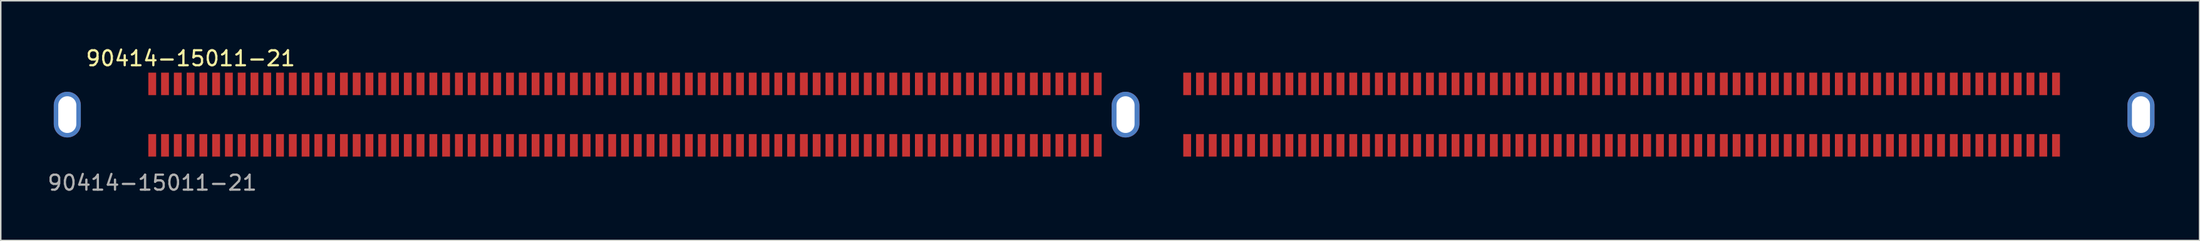
<source format=kicad_pcb>
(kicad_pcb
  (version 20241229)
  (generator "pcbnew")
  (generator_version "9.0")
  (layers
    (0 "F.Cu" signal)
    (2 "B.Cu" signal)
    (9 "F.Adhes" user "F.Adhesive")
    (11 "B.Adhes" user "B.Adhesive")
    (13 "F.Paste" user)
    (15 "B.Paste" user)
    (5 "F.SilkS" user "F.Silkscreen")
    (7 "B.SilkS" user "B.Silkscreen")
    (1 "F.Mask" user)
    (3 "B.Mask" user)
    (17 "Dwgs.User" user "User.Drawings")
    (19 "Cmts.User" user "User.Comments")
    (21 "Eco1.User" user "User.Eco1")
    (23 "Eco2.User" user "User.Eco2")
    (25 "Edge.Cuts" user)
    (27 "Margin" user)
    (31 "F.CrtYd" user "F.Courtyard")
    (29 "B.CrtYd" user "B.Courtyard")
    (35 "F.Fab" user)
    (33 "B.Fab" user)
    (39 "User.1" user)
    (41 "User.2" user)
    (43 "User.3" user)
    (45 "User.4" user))
  (footprint "90414-15011-21"
    (layer "F.Cu")
    (at 7.077 6.648)
    (property "Reference" "90414-15011-21" (at 2.55 -5.8 0) (unlocked yes) (layer "F.SilkS") (effects (font (size 1 1) (thickness 0.15))))
    (attr smd)
    (fp_text user "${REFERENCE}" (at 0 2.5 0) (unlocked yes) (layer "F.Fab") (effects (font (size 1 1) (thickness 0.15))))
    (pad "" np_thru_hole oval (at -5.65 -2.05) (size 1.8 3.05) (drill oval 1.2 2.45) (layers "*.Cu" "*.Mask"))
    (pad "" np_thru_hole oval (at 64.75 -2.05) (size 1.85 3.05) (drill oval 1.2 2.45) (layers "*.Cu" "*.Mask"))
    (pad "" np_thru_hole oval (at 132.3 -2.05) (size 1.8 3.05) (drill oval 1.2 2.45) (layers "*.Cu" "*.Mask"))
    (pad "1" smd rect (at 0 0) (size 0.52 1.5) (layers "F.Cu" "F.Mask" "F.Paste"))
    (pad "2" smd rect (at 0.85 0) (size 0.52 1.5) (layers "F.Cu" "F.Mask" "F.Paste"))
    (pad "3" smd rect (at 1.7 0) (size 0.52 1.5) (layers "F.Cu" "F.Mask" "F.Paste"))
    (pad "4" smd rect (at 2.55 0) (size 0.52 1.5) (layers "F.Cu" "F.Mask" "F.Paste"))
    (pad "5" smd rect (at 3.4 0) (size 0.52 1.5) (layers "F.Cu" "F.Mask" "F.Paste"))
    (pad "6" smd rect (at 4.25 0) (size 0.52 1.5) (layers "F.Cu" "F.Mask" "F.Paste"))
    (pad "7" smd rect (at 5.1 0) (size 0.52 1.5) (layers "F.Cu" "F.Mask" "F.Paste"))
    (pad "8" smd rect (at 5.95 0) (size 0.52 1.5) (layers "F.Cu" "F.Mask" "F.Paste"))
    (pad "9" smd rect (at 6.8 0) (size 0.52 1.5) (layers "F.Cu" "F.Mask" "F.Paste"))
    (pad "10" smd rect (at 7.65 0) (size 0.52 1.5) (layers "F.Cu" "F.Mask" "F.Paste"))
    (pad "11" smd rect (at 8.5 0) (size 0.52 1.5) (layers "F.Cu" "F.Mask" "F.Paste"))
    (pad "12" smd rect (at 9.35 0) (size 0.52 1.5) (layers "F.Cu" "F.Mask" "F.Paste"))
    (pad "13" smd rect (at 10.2 0) (size 0.52 1.5) (layers "F.Cu" "F.Mask" "F.Paste"))
    (pad "14" smd rect (at 11.05 0) (size 0.52 1.5) (layers "F.Cu" "F.Mask" "F.Paste"))
    (pad "15" smd rect (at 11.9 0) (size 0.52 1.5) (layers "F.Cu" "F.Mask" "F.Paste"))
    (pad "16" smd rect (at 12.75 0) (size 0.52 1.5) (layers "F.Cu" "F.Mask" "F.Paste"))
    (pad "17" smd rect (at 13.6 0) (size 0.52 1.5) (layers "F.Cu" "F.Mask" "F.Paste"))
    (pad "18" smd rect (at 14.45 0) (size 0.52 1.5) (layers "F.Cu" "F.Mask" "F.Paste"))
    (pad "19" smd rect (at 15.3 0) (size 0.52 1.5) (layers "F.Cu" "F.Mask" "F.Paste"))
    (pad "20" smd rect (at 16.15 0) (size 0.52 1.5) (layers "F.Cu" "F.Mask" "F.Paste"))
    (pad "21" smd rect (at 17 0) (size 0.52 1.5) (layers "F.Cu" "F.Mask" "F.Paste"))
    (pad "22" smd rect (at 17.85 0) (size 0.52 1.5) (layers "F.Cu" "F.Mask" "F.Paste"))
    (pad "23" smd rect (at 18.7 0) (size 0.52 1.5) (layers "F.Cu" "F.Mask" "F.Paste"))
    (pad "24" smd rect (at 19.55 0) (size 0.52 1.5) (layers "F.Cu" "F.Mask" "F.Paste"))
    (pad "25" smd rect (at 20.4 0) (size 0.52 1.5) (layers "F.Cu" "F.Mask" "F.Paste"))
    (pad "26" smd rect (at 21.25 0) (size 0.52 1.5) (layers "F.Cu" "F.Mask" "F.Paste"))
    (pad "27" smd rect (at 22.1 0) (size 0.52 1.5) (layers "F.Cu" "F.Mask" "F.Paste"))
    (pad "28" smd rect (at 22.95 0) (size 0.52 1.5) (layers "F.Cu" "F.Mask" "F.Paste"))
    (pad "29" smd rect (at 23.8 0) (size 0.52 1.5) (layers "F.Cu" "F.Mask" "F.Paste"))
    (pad "30" smd rect (at 24.65 0) (size 0.52 1.5) (layers "F.Cu" "F.Mask" "F.Paste"))
    (pad "31" smd rect (at 25.5 0) (size 0.52 1.5) (layers "F.Cu" "F.Mask" "F.Paste"))
    (pad "32" smd rect (at 26.35 0) (size 0.52 1.5) (layers "F.Cu" "F.Mask" "F.Paste"))
    (pad "33" smd rect (at 27.2 0) (size 0.52 1.5) (layers "F.Cu" "F.Mask" "F.Paste"))
    (pad "34" smd rect (at 28.05 0) (size 0.52 1.5) (layers "F.Cu" "F.Mask" "F.Paste"))
    (pad "35" smd rect (at 28.9 0) (size 0.52 1.5) (layers "F.Cu" "F.Mask" "F.Paste"))
    (pad "36" smd rect (at 29.75 0) (size 0.52 1.5) (layers "F.Cu" "F.Mask" "F.Paste"))
    (pad "37" smd rect (at 30.6 0) (size 0.52 1.5) (layers "F.Cu" "F.Mask" "F.Paste"))
    (pad "38" smd rect (at 31.45 0) (size 0.52 1.5) (layers "F.Cu" "F.Mask" "F.Paste"))
    (pad "39" smd rect (at 32.3 0) (size 0.52 1.5) (layers "F.Cu" "F.Mask" "F.Paste"))
    (pad "40" smd rect (at 33.15 0) (size 0.52 1.5) (layers "F.Cu" "F.Mask" "F.Paste"))
    (pad "41" smd rect (at 34 0) (size 0.52 1.5) (layers "F.Cu" "F.Mask" "F.Paste"))
    (pad "42" smd rect (at 34.85 0) (size 0.52 1.5) (layers "F.Cu" "F.Mask" "F.Paste"))
    (pad "43" smd rect (at 35.7 0) (size 0.52 1.5) (layers "F.Cu" "F.Mask" "F.Paste"))
    (pad "44" smd rect (at 36.55 0) (size 0.52 1.5) (layers "F.Cu" "F.Mask" "F.Paste"))
    (pad "45" smd rect (at 37.4 0) (size 0.52 1.5) (layers "F.Cu" "F.Mask" "F.Paste"))
    (pad "46" smd rect (at 38.25 0) (size 0.52 1.5) (layers "F.Cu" "F.Mask" "F.Paste"))
    (pad "47" smd rect (at 39.1 0) (size 0.52 1.5) (layers "F.Cu" "F.Mask" "F.Paste"))
    (pad "48" smd rect (at 39.95 0) (size 0.52 1.5) (layers "F.Cu" "F.Mask" "F.Paste"))
    (pad "49" smd rect (at 40.8 0) (size 0.52 1.5) (layers "F.Cu" "F.Mask" "F.Paste"))
    (pad "50" smd rect (at 41.65 0) (size 0.52 1.5) (layers "F.Cu" "F.Mask" "F.Paste"))
    (pad "51" smd rect (at 42.5 0) (size 0.52 1.5) (layers "F.Cu" "F.Mask" "F.Paste"))
    (pad "52" smd rect (at 43.35 0) (size 0.52 1.5) (layers "F.Cu" "F.Mask" "F.Paste"))
    (pad "53" smd rect (at 44.2 0) (size 0.52 1.5) (layers "F.Cu" "F.Mask" "F.Paste"))
    (pad "54" smd rect (at 45.05 0) (size 0.52 1.5) (layers "F.Cu" "F.Mask" "F.Paste"))
    (pad "55" smd rect (at 45.9 0) (size 0.52 1.5) (layers "F.Cu" "F.Mask" "F.Paste"))
    (pad "56" smd rect (at 46.75 0) (size 0.52 1.5) (layers "F.Cu" "F.Mask" "F.Paste"))
    (pad "57" smd rect (at 47.6 0) (size 0.52 1.5) (layers "F.Cu" "F.Mask" "F.Paste"))
    (pad "58" smd rect (at 48.45 0) (size 0.52 1.5) (layers "F.Cu" "F.Mask" "F.Paste"))
    (pad "59" smd rect (at 49.3 0) (size 0.52 1.5) (layers "F.Cu" "F.Mask" "F.Paste"))
    (pad "60" smd rect (at 50.15 0) (size 0.52 1.5) (layers "F.Cu" "F.Mask" "F.Paste"))
    (pad "61" smd rect (at 51 0) (size 0.52 1.5) (layers "F.Cu" "F.Mask" "F.Paste"))
    (pad "62" smd rect (at 51.85 0) (size 0.52 1.5) (layers "F.Cu" "F.Mask" "F.Paste"))
    (pad "63" smd rect (at 52.7 0) (size 0.52 1.5) (layers "F.Cu" "F.Mask" "F.Paste"))
    (pad "64" smd rect (at 53.55 0) (size 0.52 1.5) (layers "F.Cu" "F.Mask" "F.Paste"))
    (pad "65" smd rect (at 54.4 0) (size 0.52 1.5) (layers "F.Cu" "F.Mask" "F.Paste"))
    (pad "66" smd rect (at 55.25 0) (size 0.52 1.5) (layers "F.Cu" "F.Mask" "F.Paste"))
    (pad "67" smd rect (at 56.1 0) (size 0.52 1.5) (layers "F.Cu" "F.Mask" "F.Paste"))
    (pad "68" smd rect (at 56.95 0) (size 0.52 1.5) (layers "F.Cu" "F.Mask" "F.Paste"))
    (pad "69" smd rect (at 57.8 0) (size 0.52 1.5) (layers "F.Cu" "F.Mask" "F.Paste"))
    (pad "70" smd rect (at 58.65 0) (size 0.52 1.5) (layers "F.Cu" "F.Mask" "F.Paste"))
    (pad "71" smd rect (at 59.5 0) (size 0.52 1.5) (layers "F.Cu" "F.Mask" "F.Paste"))
    (pad "72" smd rect (at 60.35 0) (size 0.52 1.5) (layers "F.Cu" "F.Mask" "F.Paste"))
    (pad "73" smd rect (at 61.2 0) (size 0.52 1.5) (layers "F.Cu" "F.Mask" "F.Paste"))
    (pad "74" smd rect (at 62.05 0) (size 0.52 1.5) (layers "F.Cu" "F.Mask" "F.Paste"))
    (pad "75" smd rect (at 62.9 0) (size 0.52 1.5) (layers "F.Cu" "F.Mask" "F.Paste"))
    (pad "76" smd rect (at 68.85 0) (size 0.52 1.5) (layers "F.Cu" "F.Mask" "F.Paste"))
    (pad "77" smd rect (at 69.7 0) (size 0.52 1.5) (layers "F.Cu" "F.Mask" "F.Paste"))
    (pad "78" smd rect (at 70.55 0) (size 0.52 1.5) (layers "F.Cu" "F.Mask" "F.Paste"))
    (pad "79" smd rect (at 71.4 0) (size 0.52 1.5) (layers "F.Cu" "F.Mask" "F.Paste"))
    (pad "80" smd rect (at 72.25 0) (size 0.52 1.5) (layers "F.Cu" "F.Mask" "F.Paste"))
    (pad "81" smd rect (at 73.1 0) (size 0.52 1.5) (layers "F.Cu" "F.Mask" "F.Paste"))
    (pad "82" smd rect (at 73.95 0) (size 0.52 1.5) (layers "F.Cu" "F.Mask" "F.Paste"))
    (pad "83" smd rect (at 74.8 0) (size 0.52 1.5) (layers "F.Cu" "F.Mask" "F.Paste"))
    (pad "84" smd rect (at 75.65 0) (size 0.52 1.5) (layers "F.Cu" "F.Mask" "F.Paste"))
    (pad "85" smd rect (at 76.5 0) (size 0.52 1.5) (layers "F.Cu" "F.Mask" "F.Paste"))
    (pad "86" smd rect (at 77.35 0) (size 0.52 1.5) (layers "F.Cu" "F.Mask" "F.Paste"))
    (pad "87" smd rect (at 78.2 0) (size 0.52 1.5) (layers "F.Cu" "F.Mask" "F.Paste"))
    (pad "88" smd rect (at 79.05 0) (size 0.52 1.5) (layers "F.Cu" "F.Mask" "F.Paste"))
    (pad "89" smd rect (at 79.9 0) (size 0.52 1.5) (layers "F.Cu" "F.Mask" "F.Paste"))
    (pad "90" smd rect (at 80.75 0) (size 0.52 1.5) (layers "F.Cu" "F.Mask" "F.Paste"))
    (pad "91" smd rect (at 81.6 0) (size 0.52 1.5) (layers "F.Cu" "F.Mask" "F.Paste"))
    (pad "92" smd rect (at 82.45 0) (size 0.52 1.5) (layers "F.Cu" "F.Mask" "F.Paste"))
    (pad "93" smd rect (at 83.3 0) (size 0.52 1.5) (layers "F.Cu" "F.Mask" "F.Paste"))
    (pad "94" smd rect (at 84.15 0) (size 0.52 1.5) (layers "F.Cu" "F.Mask" "F.Paste"))
    (pad "95" smd rect (at 85 0) (size 0.52 1.5) (layers "F.Cu" "F.Mask" "F.Paste"))
    (pad "96" smd rect (at 85.85 0) (size 0.52 1.5) (layers "F.Cu" "F.Mask" "F.Paste"))
    (pad "97" smd rect (at 86.7 0) (size 0.52 1.5) (layers "F.Cu" "F.Mask" "F.Paste"))
    (pad "98" smd rect (at 87.55 0) (size 0.52 1.5) (layers "F.Cu" "F.Mask" "F.Paste"))
    (pad "99" smd rect (at 88.4 0) (size 0.52 1.5) (layers "F.Cu" "F.Mask" "F.Paste"))
    (pad "100" smd rect (at 89.25 0) (size 0.52 1.5) (layers "F.Cu" "F.Mask" "F.Paste"))
    (pad "101" smd rect (at 90.1 0) (size 0.52 1.5) (layers "F.Cu" "F.Mask" "F.Paste"))
    (pad "102" smd rect (at 90.95 0) (size 0.52 1.5) (layers "F.Cu" "F.Mask" "F.Paste"))
    (pad "103" smd rect (at 91.8 0) (size 0.52 1.5) (layers "F.Cu" "F.Mask" "F.Paste"))
    (pad "104" smd rect (at 92.65 0) (size 0.52 1.5) (layers "F.Cu" "F.Mask" "F.Paste"))
    (pad "105" smd rect (at 93.5 0) (size 0.52 1.5) (layers "F.Cu" "F.Mask" "F.Paste"))
    (pad "106" smd rect (at 94.35 0) (size 0.52 1.5) (layers "F.Cu" "F.Mask" "F.Paste"))
    (pad "107" smd rect (at 95.2 0) (size 0.52 1.5) (layers "F.Cu" "F.Mask" "F.Paste"))
    (pad "108" smd rect (at 96.05 0) (size 0.52 1.5) (layers "F.Cu" "F.Mask" "F.Paste"))
    (pad "109" smd rect (at 96.9 0) (size 0.52 1.5) (layers "F.Cu" "F.Mask" "F.Paste"))
    (pad "110" smd rect (at 97.75 0) (size 0.52 1.5) (layers "F.Cu" "F.Mask" "F.Paste"))
    (pad "111" smd rect (at 98.6 0) (size 0.52 1.5) (layers "F.Cu" "F.Mask" "F.Paste"))
    (pad "112" smd rect (at 99.45 0) (size 0.52 1.5) (layers "F.Cu" "F.Mask" "F.Paste"))
    (pad "113" smd rect (at 100.3 0) (size 0.52 1.5) (layers "F.Cu" "F.Mask" "F.Paste"))
    (pad "114" smd rect (at 101.15 0) (size 0.52 1.5) (layers "F.Cu" "F.Mask" "F.Paste"))
    (pad "115" smd rect (at 102 0) (size 0.52 1.5) (layers "F.Cu" "F.Mask" "F.Paste"))
    (pad "116" smd rect (at 102.85 0) (size 0.52 1.5) (layers "F.Cu" "F.Mask" "F.Paste"))
    (pad "117" smd rect (at 103.7 0) (size 0.52 1.5) (layers "F.Cu" "F.Mask" "F.Paste"))
    (pad "118" smd rect (at 104.55 0) (size 0.52 1.5) (layers "F.Cu" "F.Mask" "F.Paste"))
    (pad "119" smd rect (at 105.4 0) (size 0.52 1.5) (layers "F.Cu" "F.Mask" "F.Paste"))
    (pad "120" smd rect (at 106.25 0) (size 0.52 1.5) (layers "F.Cu" "F.Mask" "F.Paste"))
    (pad "121" smd rect (at 107.1 0) (size 0.52 1.5) (layers "F.Cu" "F.Mask" "F.Paste"))
    (pad "122" smd rect (at 107.95 0) (size 0.52 1.5) (layers "F.Cu" "F.Mask" "F.Paste"))
    (pad "123" smd rect (at 108.8 0) (size 0.52 1.5) (layers "F.Cu" "F.Mask" "F.Paste"))
    (pad "124" smd rect (at 109.65 0) (size 0.52 1.5) (layers "F.Cu" "F.Mask" "F.Paste"))
    (pad "125" smd rect (at 110.5 0) (size 0.52 1.5) (layers "F.Cu" "F.Mask" "F.Paste"))
    (pad "126" smd rect (at 111.35 0) (size 0.52 1.5) (layers "F.Cu" "F.Mask" "F.Paste"))
    (pad "127" smd rect (at 112.2 0) (size 0.52 1.5) (layers "F.Cu" "F.Mask" "F.Paste"))
    (pad "128" smd rect (at 113.05 0) (size 0.52 1.5) (layers "F.Cu" "F.Mask" "F.Paste"))
    (pad "129" smd rect (at 113.9 0) (size 0.52 1.5) (layers "F.Cu" "F.Mask" "F.Paste"))
    (pad "130" smd rect (at 114.75 0) (size 0.52 1.5) (layers "F.Cu" "F.Mask" "F.Paste"))
    (pad "131" smd rect (at 115.6 0) (size 0.52 1.5) (layers "F.Cu" "F.Mask" "F.Paste"))
    (pad "132" smd rect (at 116.45 0) (size 0.52 1.5) (layers "F.Cu" "F.Mask" "F.Paste"))
    (pad "133" smd rect (at 117.3 0) (size 0.52 1.5) (layers "F.Cu" "F.Mask" "F.Paste"))
    (pad "134" smd rect (at 118.15 0) (size 0.52 1.5) (layers "F.Cu" "F.Mask" "F.Paste"))
    (pad "135" smd rect (at 119 0) (size 0.52 1.5) (layers "F.Cu" "F.Mask" "F.Paste"))
    (pad "136" smd rect (at 119.85 0) (size 0.52 1.5) (layers "F.Cu" "F.Mask" "F.Paste"))
    (pad "137" smd rect (at 120.7 0) (size 0.52 1.5) (layers "F.Cu" "F.Mask" "F.Paste"))
    (pad "138" smd rect (at 121.55 0) (size 0.52 1.5) (layers "F.Cu" "F.Mask" "F.Paste"))
    (pad "139" smd rect (at 122.4 0) (size 0.52 1.5) (layers "F.Cu" "F.Mask" "F.Paste"))
    (pad "140" smd rect (at 123.25 0) (size 0.52 1.5) (layers "F.Cu" "F.Mask" "F.Paste"))
    (pad "141" smd rect (at 124.1 0) (size 0.52 1.5) (layers "F.Cu" "F.Mask" "F.Paste"))
    (pad "142" smd rect (at 124.95 0) (size 0.52 1.5) (layers "F.Cu" "F.Mask" "F.Paste"))
    (pad "143" smd rect (at 125.8 0) (size 0.52 1.5) (layers "F.Cu" "F.Mask" "F.Paste"))
    (pad "144" smd rect (at 126.65 0) (size 0.52 1.5) (layers "F.Cu" "F.Mask" "F.Paste"))
    (pad "145" smd rect (at 0 -4.1) (size 0.52 1.5) (layers "F.Cu" "F.Mask" "F.Paste"))
    (pad "146" smd rect (at 0.85 -4.1) (size 0.52 1.5) (layers "F.Cu" "F.Mask" "F.Paste"))
    (pad "147" smd rect (at 1.7 -4.1) (size 0.52 1.5) (layers "F.Cu" "F.Mask" "F.Paste"))
    (pad "148" smd rect (at 2.55 -4.1) (size 0.52 1.5) (layers "F.Cu" "F.Mask" "F.Paste"))
    (pad "149" smd rect (at 3.4 -4.1) (size 0.52 1.5) (layers "F.Cu" "F.Mask" "F.Paste"))
    (pad "150" smd rect (at 4.25 -4.1) (size 0.52 1.5) (layers "F.Cu" "F.Mask" "F.Paste"))
    (pad "151" smd rect (at 5.1 -4.1) (size 0.52 1.5) (layers "F.Cu" "F.Mask" "F.Paste"))
    (pad "152" smd rect (at 5.95 -4.1) (size 0.52 1.5) (layers "F.Cu" "F.Mask" "F.Paste"))
    (pad "153" smd rect (at 6.8 -4.1) (size 0.52 1.5) (layers "F.Cu" "F.Mask" "F.Paste"))
    (pad "154" smd rect (at 7.65 -4.1) (size 0.52 1.5) (layers "F.Cu" "F.Mask" "F.Paste"))
    (pad "155" smd rect (at 8.5 -4.1) (size 0.52 1.5) (layers "F.Cu" "F.Mask" "F.Paste"))
    (pad "156" smd rect (at 9.35 -4.1) (size 0.52 1.5) (layers "F.Cu" "F.Mask" "F.Paste"))
    (pad "157" smd rect (at 10.2 -4.1) (size 0.52 1.5) (layers "F.Cu" "F.Mask" "F.Paste"))
    (pad "158" smd rect (at 11.05 -4.1) (size 0.52 1.5) (layers "F.Cu" "F.Mask" "F.Paste"))
    (pad "159" smd rect (at 11.9 -4.1) (size 0.52 1.5) (layers "F.Cu" "F.Mask" "F.Paste"))
    (pad "160" smd rect (at 12.75 -4.1) (size 0.52 1.5) (layers "F.Cu" "F.Mask" "F.Paste"))
    (pad "161" smd rect (at 13.6 -4.1) (size 0.52 1.5) (layers "F.Cu" "F.Mask" "F.Paste"))
    (pad "162" smd rect (at 14.45 -4.1) (size 0.52 1.5) (layers "F.Cu" "F.Mask" "F.Paste"))
    (pad "163" smd rect (at 15.3 -4.1) (size 0.52 1.5) (layers "F.Cu" "F.Mask" "F.Paste"))
    (pad "164" smd rect (at 16.15 -4.1) (size 0.52 1.5) (layers "F.Cu" "F.Mask" "F.Paste"))
    (pad "165" smd rect (at 17 -4.1) (size 0.52 1.5) (layers "F.Cu" "F.Mask" "F.Paste"))
    (pad "166" smd rect (at 17.85 -4.1) (size 0.52 1.5) (layers "F.Cu" "F.Mask" "F.Paste"))
    (pad "167" smd rect (at 18.7 -4.1) (size 0.52 1.5) (layers "F.Cu" "F.Mask" "F.Paste"))
    (pad "168" smd rect (at 19.55 -4.1) (size 0.52 1.5) (layers "F.Cu" "F.Mask" "F.Paste"))
    (pad "169" smd rect (at 20.4 -4.1) (size 0.52 1.5) (layers "F.Cu" "F.Mask" "F.Paste"))
    (pad "170" smd rect (at 21.25 -4.1) (size 0.52 1.5) (layers "F.Cu" "F.Mask" "F.Paste"))
    (pad "171" smd rect (at 22.1 -4.1) (size 0.52 1.5) (layers "F.Cu" "F.Mask" "F.Paste"))
    (pad "172" smd rect (at 22.95 -4.1) (size 0.52 1.5) (layers "F.Cu" "F.Mask" "F.Paste"))
    (pad "173" smd rect (at 23.8 -4.1) (size 0.52 1.5) (layers "F.Cu" "F.Mask" "F.Paste"))
    (pad "174" smd rect (at 24.65 -4.1) (size 0.52 1.5) (layers "F.Cu" "F.Mask" "F.Paste"))
    (pad "175" smd rect (at 25.5 -4.1) (size 0.52 1.5) (layers "F.Cu" "F.Mask" "F.Paste"))
    (pad "176" smd rect (at 26.35 -4.1) (size 0.52 1.5) (layers "F.Cu" "F.Mask" "F.Paste"))
    (pad "177" smd rect (at 27.2 -4.1) (size 0.52 1.5) (layers "F.Cu" "F.Mask" "F.Paste"))
    (pad "178" smd rect (at 28.05 -4.1) (size 0.52 1.5) (layers "F.Cu" "F.Mask" "F.Paste"))
    (pad "179" smd rect (at 28.9 -4.1) (size 0.52 1.5) (layers "F.Cu" "F.Mask" "F.Paste"))
    (pad "180" smd rect (at 29.75 -4.1) (size 0.52 1.5) (layers "F.Cu" "F.Mask" "F.Paste"))
    (pad "181" smd rect (at 30.6 -4.1) (size 0.52 1.5) (layers "F.Cu" "F.Mask" "F.Paste"))
    (pad "182" smd rect (at 31.45 -4.1) (size 0.52 1.5) (layers "F.Cu" "F.Mask" "F.Paste"))
    (pad "183" smd rect (at 32.3 -4.1) (size 0.52 1.5) (layers "F.Cu" "F.Mask" "F.Paste"))
    (pad "184" smd rect (at 33.15 -4.1) (size 0.52 1.5) (layers "F.Cu" "F.Mask" "F.Paste"))
    (pad "185" smd rect (at 34 -4.1) (size 0.52 1.5) (layers "F.Cu" "F.Mask" "F.Paste"))
    (pad "186" smd rect (at 34.85 -4.1) (size 0.52 1.5) (layers "F.Cu" "F.Mask" "F.Paste"))
    (pad "187" smd rect (at 35.7 -4.1) (size 0.52 1.5) (layers "F.Cu" "F.Mask" "F.Paste"))
    (pad "188" smd rect (at 36.55 -4.1) (size 0.52 1.5) (layers "F.Cu" "F.Mask" "F.Paste"))
    (pad "189" smd rect (at 37.4 -4.1) (size 0.52 1.5) (layers "F.Cu" "F.Mask" "F.Paste"))
    (pad "190" smd rect (at 38.25 -4.1) (size 0.52 1.5) (layers "F.Cu" "F.Mask" "F.Paste"))
    (pad "191" smd rect (at 39.1 -4.1) (size 0.52 1.5) (layers "F.Cu" "F.Mask" "F.Paste"))
    (pad "192" smd rect (at 39.95 -4.1) (size 0.52 1.5) (layers "F.Cu" "F.Mask" "F.Paste"))
    (pad "193" smd rect (at 40.8 -4.1) (size 0.52 1.5) (layers "F.Cu" "F.Mask" "F.Paste"))
    (pad "194" smd rect (at 41.65 -4.1) (size 0.52 1.5) (layers "F.Cu" "F.Mask" "F.Paste"))
    (pad "195" smd rect (at 42.5 -4.1) (size 0.52 1.5) (layers "F.Cu" "F.Mask" "F.Paste"))
    (pad "196" smd rect (at 43.35 -4.1) (size 0.52 1.5) (layers "F.Cu" "F.Mask" "F.Paste"))
    (pad "197" smd rect (at 44.2 -4.1) (size 0.52 1.5) (layers "F.Cu" "F.Mask" "F.Paste"))
    (pad "198" smd rect (at 45.05 -4.1) (size 0.52 1.5) (layers "F.Cu" "F.Mask" "F.Paste"))
    (pad "199" smd rect (at 45.9 -4.1) (size 0.52 1.5) (layers "F.Cu" "F.Mask" "F.Paste"))
    (pad "200" smd rect (at 46.75 -4.1) (size 0.52 1.5) (layers "F.Cu" "F.Mask" "F.Paste"))
    (pad "201" smd rect (at 47.6 -4.1) (size 0.52 1.5) (layers "F.Cu" "F.Mask" "F.Paste"))
    (pad "202" smd rect (at 48.45 -4.1) (size 0.52 1.5) (layers "F.Cu" "F.Mask" "F.Paste"))
    (pad "203" smd rect (at 49.3 -4.1) (size 0.52 1.5) (layers "F.Cu" "F.Mask" "F.Paste"))
    (pad "204" smd rect (at 50.15 -4.1) (size 0.52 1.5) (layers "F.Cu" "F.Mask" "F.Paste"))
    (pad "205" smd rect (at 51 -4.1) (size 0.52 1.5) (layers "F.Cu" "F.Mask" "F.Paste"))
    (pad "206" smd rect (at 51.85 -4.1) (size 0.52 1.5) (layers "F.Cu" "F.Mask" "F.Paste"))
    (pad "207" smd rect (at 52.7 -4.1) (size 0.52 1.5) (layers "F.Cu" "F.Mask" "F.Paste"))
    (pad "208" smd rect (at 53.55 -4.1) (size 0.52 1.5) (layers "F.Cu" "F.Mask" "F.Paste"))
    (pad "209" smd rect (at 54.4 -4.1) (size 0.52 1.5) (layers "F.Cu" "F.Mask" "F.Paste"))
    (pad "210" smd rect (at 55.25 -4.1) (size 0.52 1.5) (layers "F.Cu" "F.Mask" "F.Paste"))
    (pad "211" smd rect (at 56.1 -4.1) (size 0.52 1.5) (layers "F.Cu" "F.Mask" "F.Paste"))
    (pad "212" smd rect (at 56.95 -4.1) (size 0.52 1.5) (layers "F.Cu" "F.Mask" "F.Paste"))
    (pad "213" smd rect (at 57.8 -4.1) (size 0.52 1.5) (layers "F.Cu" "F.Mask" "F.Paste"))
    (pad "214" smd rect (at 58.65 -4.1) (size 0.52 1.5) (layers "F.Cu" "F.Mask" "F.Paste"))
    (pad "215" smd rect (at 59.5 -4.1) (size 0.52 1.5) (layers "F.Cu" "F.Mask" "F.Paste"))
    (pad "216" smd rect (at 60.35 -4.1) (size 0.52 1.5) (layers "F.Cu" "F.Mask" "F.Paste"))
    (pad "217" smd rect (at 61.2 -4.1) (size 0.52 1.5) (layers "F.Cu" "F.Mask" "F.Paste"))
    (pad "218" smd rect (at 62.05 -4.1) (size 0.52 1.5) (layers "F.Cu" "F.Mask" "F.Paste"))
    (pad "219" smd rect (at 62.9 -4.1) (size 0.52 1.5) (layers "F.Cu" "F.Mask" "F.Paste"))
    (pad "220" smd rect (at 68.85 -4.1) (size 0.52 1.5) (layers "F.Cu" "F.Mask" "F.Paste"))
    (pad "221" smd rect (at 69.7 -4.1) (size 0.52 1.5) (layers "F.Cu" "F.Mask" "F.Paste"))
    (pad "222" smd rect (at 70.55 -4.1) (size 0.52 1.5) (layers "F.Cu" "F.Mask" "F.Paste"))
    (pad "223" smd rect (at 71.4 -4.1) (size 0.52 1.5) (layers "F.Cu" "F.Mask" "F.Paste"))
    (pad "224" smd rect (at 72.25 -4.1) (size 0.52 1.5) (layers "F.Cu" "F.Mask" "F.Paste"))
    (pad "225" smd rect (at 73.1 -4.1) (size 0.52 1.5) (layers "F.Cu" "F.Mask" "F.Paste"))
    (pad "226" smd rect (at 73.95 -4.1) (size 0.52 1.5) (layers "F.Cu" "F.Mask" "F.Paste"))
    (pad "227" smd rect (at 74.8 -4.1) (size 0.52 1.5) (layers "F.Cu" "F.Mask" "F.Paste"))
    (pad "228" smd rect (at 75.65 -4.1) (size 0.52 1.5) (layers "F.Cu" "F.Mask" "F.Paste"))
    (pad "229" smd rect (at 76.5 -4.1) (size 0.52 1.5) (layers "F.Cu" "F.Mask" "F.Paste"))
    (pad "230" smd rect (at 77.35 -4.1) (size 0.52 1.5) (layers "F.Cu" "F.Mask" "F.Paste"))
    (pad "231" smd rect (at 78.2 -4.1) (size 0.52 1.5) (layers "F.Cu" "F.Mask" "F.Paste"))
    (pad "232" smd rect (at 79.05 -4.1) (size 0.52 1.5) (layers "F.Cu" "F.Mask" "F.Paste"))
    (pad "233" smd rect (at 79.9 -4.1) (size 0.52 1.5) (layers "F.Cu" "F.Mask" "F.Paste"))
    (pad "234" smd rect (at 80.75 -4.1) (size 0.52 1.5) (layers "F.Cu" "F.Mask" "F.Paste"))
    (pad "235" smd rect (at 81.6 -4.1) (size 0.52 1.5) (layers "F.Cu" "F.Mask" "F.Paste"))
    (pad "236" smd rect (at 82.45 -4.1) (size 0.52 1.5) (layers "F.Cu" "F.Mask" "F.Paste"))
    (pad "237" smd rect (at 83.3 -4.1) (size 0.52 1.5) (layers "F.Cu" "F.Mask" "F.Paste"))
    (pad "238" smd rect (at 84.15 -4.1) (size 0.52 1.5) (layers "F.Cu" "F.Mask" "F.Paste"))
    (pad "239" smd rect (at 85 -4.1) (size 0.52 1.5) (layers "F.Cu" "F.Mask" "F.Paste"))
    (pad "240" smd rect (at 85.85 -4.1) (size 0.52 1.5) (layers "F.Cu" "F.Mask" "F.Paste"))
    (pad "241" smd rect (at 86.7 -4.1) (size 0.52 1.5) (layers "F.Cu" "F.Mask" "F.Paste"))
    (pad "242" smd rect (at 87.55 -4.1) (size 0.52 1.5) (layers "F.Cu" "F.Mask" "F.Paste"))
    (pad "243" smd rect (at 88.4 -4.1) (size 0.52 1.5) (layers "F.Cu" "F.Mask" "F.Paste"))
    (pad "244" smd rect (at 89.25 -4.1) (size 0.52 1.5) (layers "F.Cu" "F.Mask" "F.Paste"))
    (pad "245" smd rect (at 90.1 -4.1) (size 0.52 1.5) (layers "F.Cu" "F.Mask" "F.Paste"))
    (pad "246" smd rect (at 90.95 -4.1) (size 0.52 1.5) (layers "F.Cu" "F.Mask" "F.Paste"))
    (pad "247" smd rect (at 91.8 -4.1) (size 0.52 1.5) (layers "F.Cu" "F.Mask" "F.Paste"))
    (pad "248" smd rect (at 92.65 -4.1) (size 0.52 1.5) (layers "F.Cu" "F.Mask" "F.Paste"))
    (pad "249" smd rect (at 93.5 -4.1) (size 0.52 1.5) (layers "F.Cu" "F.Mask" "F.Paste"))
    (pad "250" smd rect (at 94.35 -4.1) (size 0.52 1.5) (layers "F.Cu" "F.Mask" "F.Paste"))
    (pad "251" smd rect (at 95.2 -4.1) (size 0.52 1.5) (layers "F.Cu" "F.Mask" "F.Paste"))
    (pad "252" smd rect (at 96.05 -4.1) (size 0.52 1.5) (layers "F.Cu" "F.Mask" "F.Paste"))
    (pad "253" smd rect (at 96.9 -4.1) (size 0.52 1.5) (layers "F.Cu" "F.Mask" "F.Paste"))
    (pad "254" smd rect (at 97.75 -4.1) (size 0.52 1.5) (layers "F.Cu" "F.Mask" "F.Paste"))
    (pad "255" smd rect (at 98.6 -4.1) (size 0.52 1.5) (layers "F.Cu" "F.Mask" "F.Paste"))
    (pad "256" smd rect (at 99.45 -4.1) (size 0.52 1.5) (layers "F.Cu" "F.Mask" "F.Paste"))
    (pad "257" smd rect (at 100.3 -4.1) (size 0.52 1.5) (layers "F.Cu" "F.Mask" "F.Paste"))
    (pad "258" smd rect (at 101.15 -4.1) (size 0.52 1.5) (layers "F.Cu" "F.Mask" "F.Paste"))
    (pad "259" smd rect (at 102 -4.1) (size 0.52 1.5) (layers "F.Cu" "F.Mask" "F.Paste"))
    (pad "260" smd rect (at 102.85 -4.1) (size 0.52 1.5) (layers "F.Cu" "F.Mask" "F.Paste"))
    (pad "261" smd rect (at 103.7 -4.1) (size 0.52 1.5) (layers "F.Cu" "F.Mask" "F.Paste"))
    (pad "262" smd rect (at 104.55 -4.1) (size 0.52 1.5) (layers "F.Cu" "F.Mask" "F.Paste"))
    (pad "263" smd rect (at 105.4 -4.1) (size 0.52 1.5) (layers "F.Cu" "F.Mask" "F.Paste"))
    (pad "264" smd rect (at 106.25 -4.1) (size 0.52 1.5) (layers "F.Cu" "F.Mask" "F.Paste"))
    (pad "265" smd rect (at 107.1 -4.1) (size 0.52 1.5) (layers "F.Cu" "F.Mask" "F.Paste"))
    (pad "266" smd rect (at 107.95 -4.1) (size 0.52 1.5) (layers "F.Cu" "F.Mask" "F.Paste"))
    (pad "267" smd rect (at 108.8 -4.1) (size 0.52 1.5) (layers "F.Cu" "F.Mask" "F.Paste"))
    (pad "268" smd rect (at 109.65 -4.1) (size 0.52 1.5) (layers "F.Cu" "F.Mask" "F.Paste"))
    (pad "269" smd rect (at 110.5 -4.1) (size 0.52 1.5) (layers "F.Cu" "F.Mask" "F.Paste"))
    (pad "270" smd rect (at 111.35 -4.1) (size 0.52 1.5) (layers "F.Cu" "F.Mask" "F.Paste"))
    (pad "271" smd rect (at 112.2 -4.1) (size 0.52 1.5) (layers "F.Cu" "F.Mask" "F.Paste"))
    (pad "272" smd rect (at 113.05 -4.1) (size 0.52 1.5) (layers "F.Cu" "F.Mask" "F.Paste"))
    (pad "273" smd rect (at 113.9 -4.1) (size 0.52 1.5) (layers "F.Cu" "F.Mask" "F.Paste"))
    (pad "274" smd rect (at 114.75 -4.1) (size 0.52 1.5) (layers "F.Cu" "F.Mask" "F.Paste"))
    (pad "275" smd rect (at 115.6 -4.1) (size 0.52 1.5) (layers "F.Cu" "F.Mask" "F.Paste"))
    (pad "276" smd rect (at 116.45 -4.1) (size 0.52 1.5) (layers "F.Cu" "F.Mask" "F.Paste"))
    (pad "277" smd rect (at 117.3 -4.1) (size 0.52 1.5) (layers "F.Cu" "F.Mask" "F.Paste"))
    (pad "278" smd rect (at 118.15 -4.1) (size 0.52 1.5) (layers "F.Cu" "F.Mask" "F.Paste"))
    (pad "279" smd rect (at 119 -4.1) (size 0.52 1.5) (layers "F.Cu" "F.Mask" "F.Paste"))
    (pad "280" smd rect (at 119.85 -4.1) (size 0.52 1.5) (layers "F.Cu" "F.Mask" "F.Paste"))
    (pad "281" smd rect (at 120.7 -4.1) (size 0.52 1.5) (layers "F.Cu" "F.Mask" "F.Paste"))
    (pad "282" smd rect (at 121.55 -4.1) (size 0.52 1.5) (layers "F.Cu" "F.Mask" "F.Paste"))
    (pad "283" smd rect (at 122.4 -4.1) (size 0.52 1.5) (layers "F.Cu" "F.Mask" "F.Paste"))
    (pad "284" smd rect (at 123.25 -4.1) (size 0.52 1.5) (layers "F.Cu" "F.Mask" "F.Paste"))
    (pad "285" smd rect (at 124.1 -4.1) (size 0.52 1.5) (layers "F.Cu" "F.Mask" "F.Paste"))
    (pad "286" smd rect (at 124.95 -4.1) (size 0.52 1.5) (layers "F.Cu" "F.Mask" "F.Paste"))
    (pad "287" smd rect (at 125.8 -4.1) (size 0.52 1.5) (layers "F.Cu" "F.Mask" "F.Paste"))
    (pad "288" smd rect (at 126.65 -4.1) (size 0.52 1.5) (layers "F.Cu" "F.Mask" "F.Paste")))
  (gr_rect
    (start -3 -3)
    (end 143.277 12.996)
    (stroke (width 0.1) (type default))
    (fill no)
    (layer "Edge.Cuts")))
</source>
